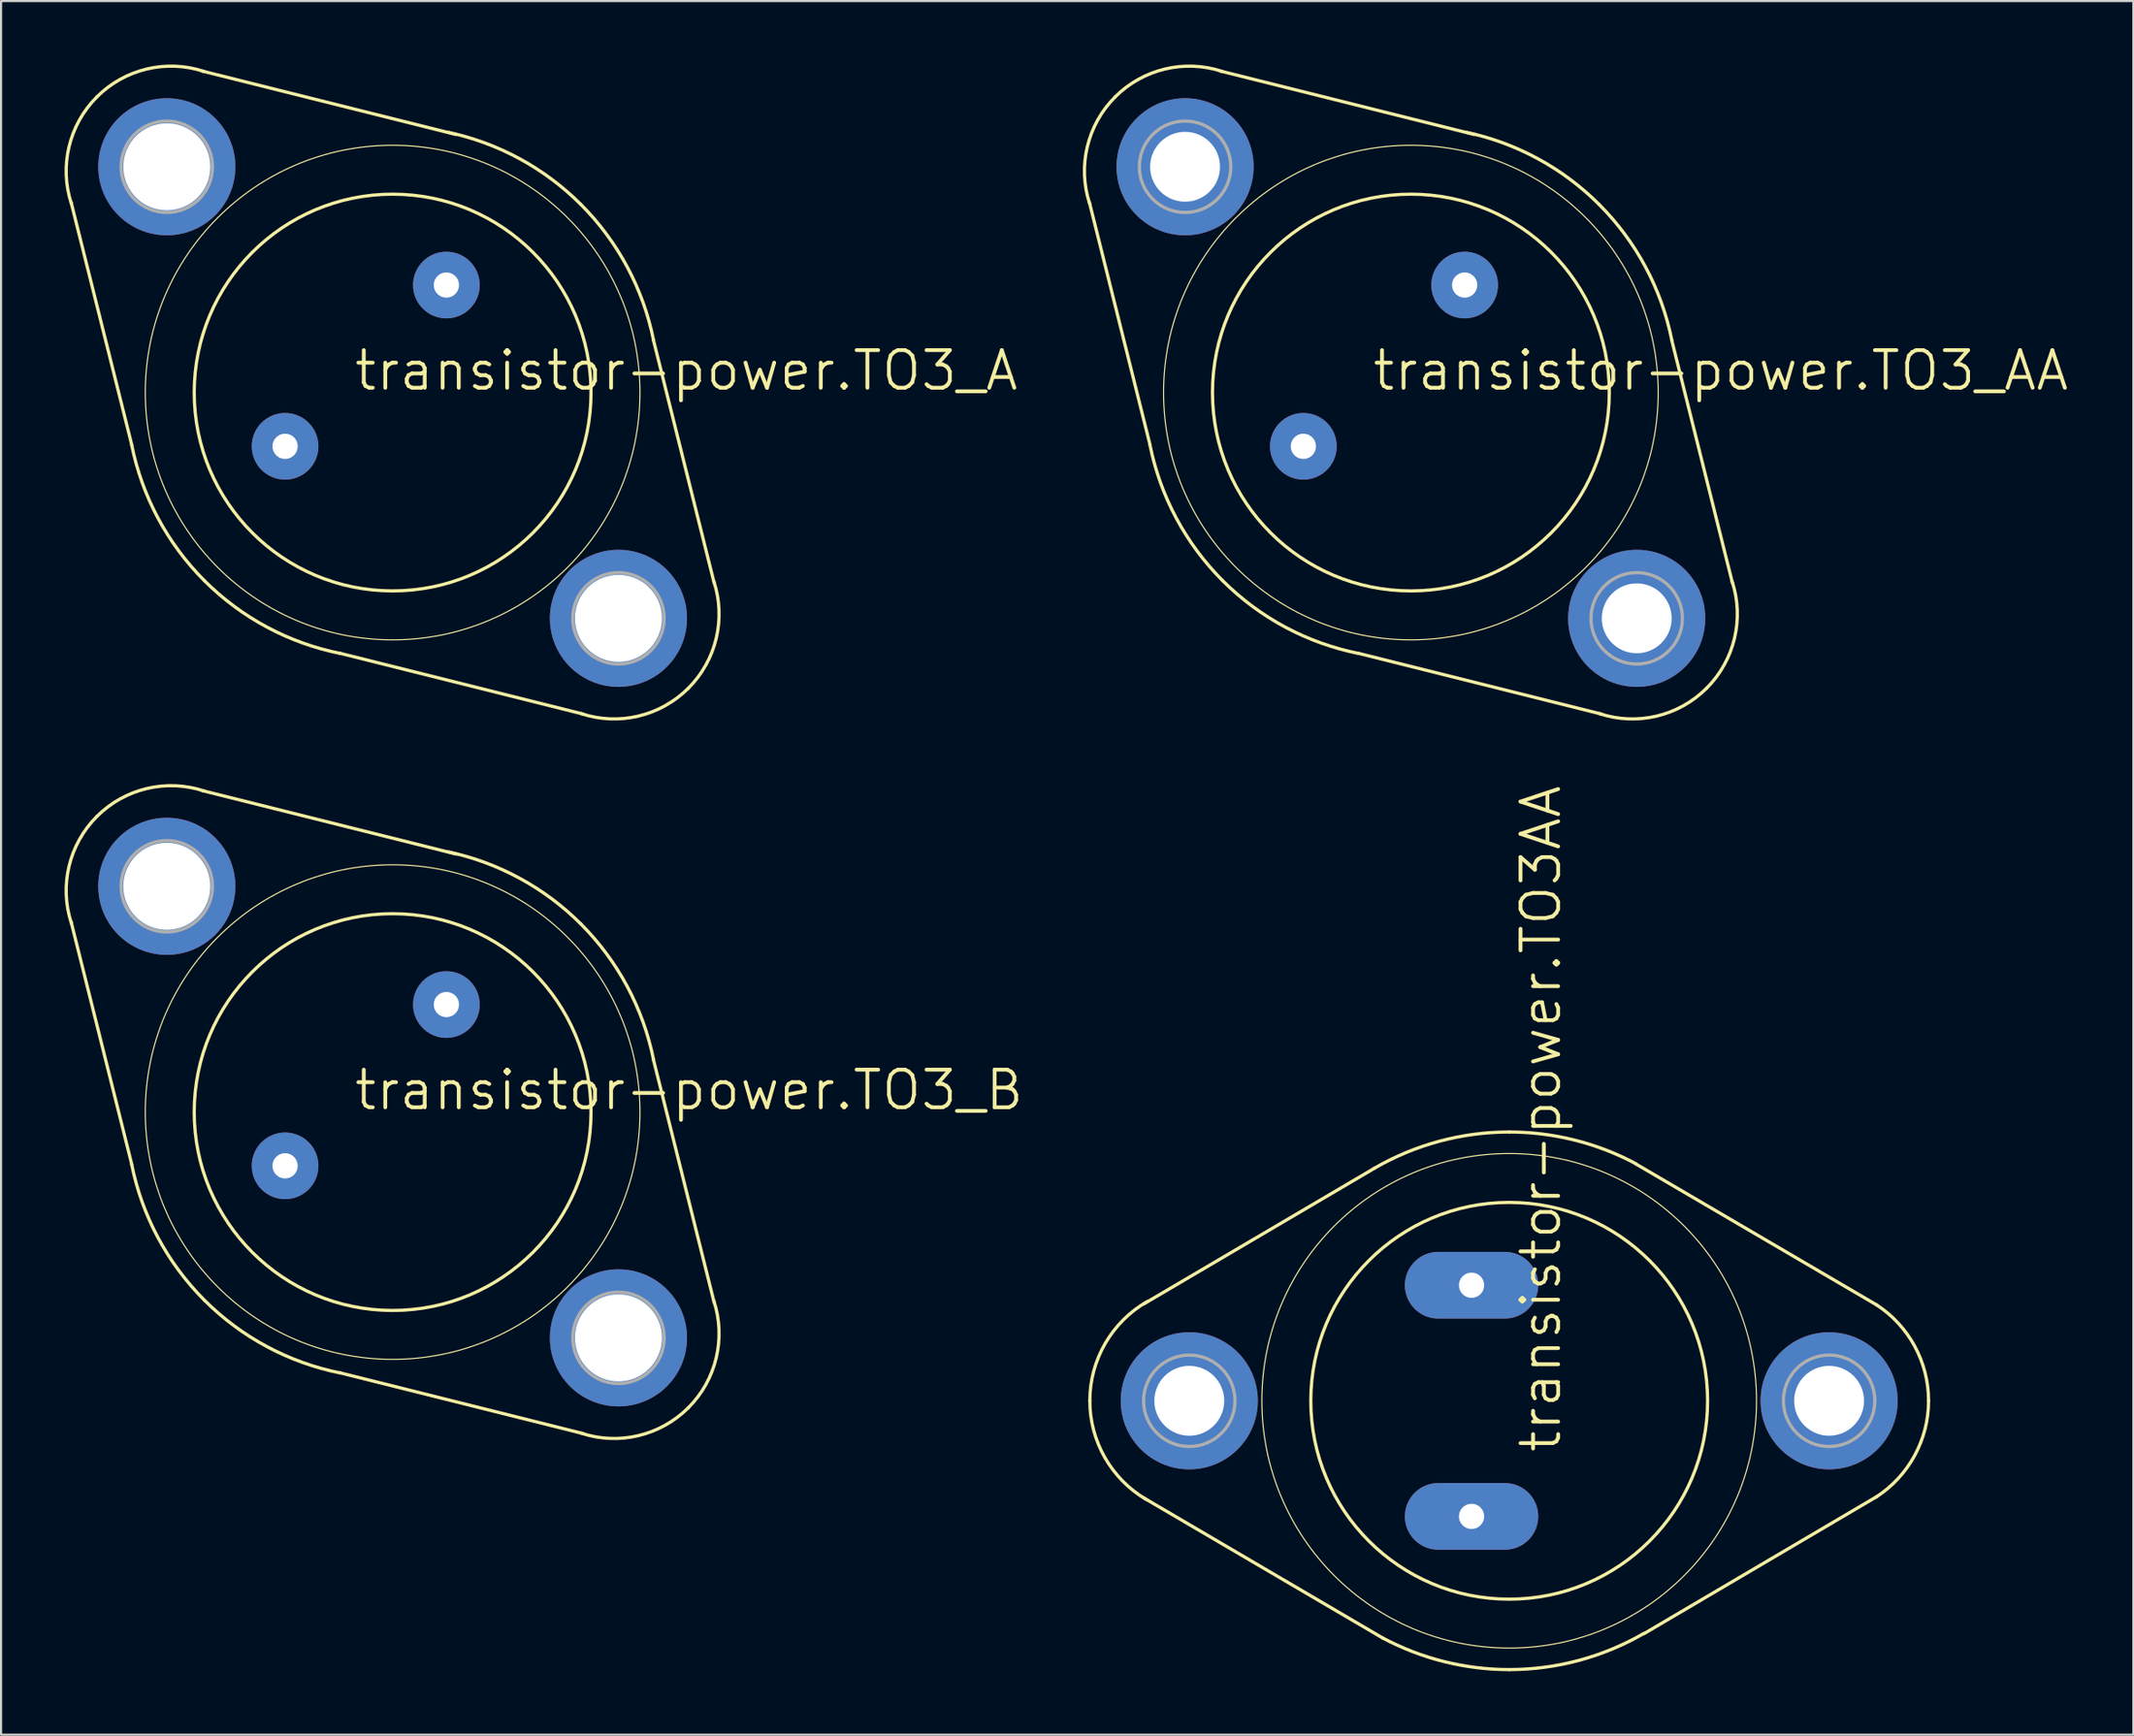
<source format=kicad_pcb>
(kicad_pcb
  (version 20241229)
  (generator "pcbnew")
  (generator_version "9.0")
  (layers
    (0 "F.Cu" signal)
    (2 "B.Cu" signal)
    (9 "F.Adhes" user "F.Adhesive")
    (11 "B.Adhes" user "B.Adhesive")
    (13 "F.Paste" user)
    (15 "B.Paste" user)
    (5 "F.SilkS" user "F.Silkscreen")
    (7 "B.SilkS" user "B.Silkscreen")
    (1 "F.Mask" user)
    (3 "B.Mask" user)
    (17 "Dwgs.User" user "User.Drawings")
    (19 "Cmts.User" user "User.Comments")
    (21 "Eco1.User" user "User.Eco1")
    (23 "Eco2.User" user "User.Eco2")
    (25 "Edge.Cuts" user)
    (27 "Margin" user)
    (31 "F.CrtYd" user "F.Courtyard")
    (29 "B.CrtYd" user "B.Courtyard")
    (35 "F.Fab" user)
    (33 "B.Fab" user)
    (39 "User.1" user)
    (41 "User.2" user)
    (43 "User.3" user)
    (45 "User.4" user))
  (footprint "transistor-power.TO3_AA"
    (layer "F.Cu")
    (at 63.602 15.498)
    (property "Reference" "transistor-power.TO3_AA" (at -1.905 0 0) (layer "F.SilkS") (effects (font (size 1.778 1.778) (thickness 0.18)) (justify left bottom)))
    (attr through_hole)
    (fp_line (start -15.189 -8.992) (end -12.319 2.489) (stroke (width 0.152) (type default)) (layer "F.SilkS"))
    (fp_line (start -8.992 -15.189) (end 2.997 -12.192) (stroke (width 0.152) (type default)) (layer "F.SilkS"))
    (fp_line (start 8.992 15.189) (end -2.489 12.319) (stroke (width 0.152) (type default)) (layer "F.SilkS"))
    (fp_line (start 15.189 8.992) (end 12.319 -2.489) (stroke (width 0.152) (type default)) (layer "F.SilkS"))
    (fp_arc (start -15.1758 -8.9223) (mid -15.286174 -11.616517) (end -13.9699 -13.9699) (stroke (width 0.1524) (type default)) (layer "F.SilkS"))
    (fp_arc (start -13.97 -13.97) (mid -11.61147 -15.287584) (end -8.9123 -15.1728) (stroke (width 0.1524) (type default)) (layer "F.SilkS"))
    (fp_arc (start -8.89 8.89) (mid -11.08473 5.932347) (end -12.3282 2.4656) (stroke (width 0.1524) (type default)) (layer "F.SilkS"))
    (fp_arc (start -2.4656 12.3282) (mid -5.932347 11.08473) (end -8.89 8.89) (stroke (width 0.1524) (type default)) (layer "F.SilkS"))
    (fp_arc (start 2.6343 -12.2933) (mid 6.008158 -11.043844) (end 8.89 -8.89) (stroke (width 0.1524) (type default)) (layer "F.SilkS"))
    (fp_arc (start 8.89 -8.89) (mid 11.08473 -5.932347) (end 12.3282 -2.4656) (stroke (width 0.1524) (type default)) (layer "F.SilkS"))
    (fp_arc (start 13.9697 13.9697) (mid 11.611322 15.287249) (end 8.9123 15.1725) (stroke (width 0.1524) (type default)) (layer "F.SilkS"))
    (fp_arc (start 15.1759 8.9223) (mid 15.286284 11.616566) (end 13.97 13.97) (stroke (width 0.1524) (type default)) (layer "F.SilkS"))
    (fp_circle (center 0 0) (end 9.373 0) (stroke (width 0.152) (type default)) (fill no) (layer "F.SilkS"))
    (fp_circle (center 0 0) (end 11.684 0) (stroke (width 0.051) (type default)) (fill no) (layer "F.SilkS"))
    (fp_circle (center -10.668 -10.668) (end -8.509 -10.668) (stroke (width 0.152) (type default)) (fill no) (layer "F.Fab"))
    (fp_circle (center 10.668 10.668) (end 12.827 10.668) (stroke (width 0.152) (type default)) (fill no) (layer "F.Fab"))
    (pad "B" thru_hole circle (at 2.54 -5.08) (size 3.15 3.15) (drill 1.194) (layers "*.Cu" "*.Mask"))
    (pad "C" thru_hole circle (at 10.668 10.668) (size 6.477 6.477) (drill 3.302) (layers "*.Cu" "*.Mask"))
    (pad "C1" thru_hole circle (at -10.668 -10.668) (size 6.477 6.477) (drill 3.302) (layers "*.Cu" "*.Mask"))
    (pad "E" thru_hole circle (at -5.08 2.54) (size 3.15 3.15) (drill 1.194) (layers "*.Cu" "*.Mask")))
  (footprint "transistor-power.TO3_B"
    (layer "F.Cu")
    (at 15.498 49.495)
    (property "Reference" "transistor-power.TO3_B" (at -1.905 0 0) (layer "F.SilkS") (effects (font (size 1.778 1.778) (thickness 0.18)) (justify left bottom)))
    (attr through_hole)
    (fp_line (start -15.189 -8.992) (end -12.319 2.489) (stroke (width 0.152) (type default)) (layer "F.SilkS"))
    (fp_line (start -8.992 -15.189) (end 2.997 -12.192) (stroke (width 0.152) (type default)) (layer "F.SilkS"))
    (fp_line (start 8.992 15.189) (end -2.489 12.319) (stroke (width 0.152) (type default)) (layer "F.SilkS"))
    (fp_line (start 15.189 8.992) (end 12.319 -2.489) (stroke (width 0.152) (type default)) (layer "F.SilkS"))
    (fp_arc (start -15.1758 -8.9223) (mid -15.286174 -11.616517) (end -13.9699 -13.9699) (stroke (width 0.1524) (type default)) (layer "F.SilkS"))
    (fp_arc (start -13.97 -13.97) (mid -11.61147 -15.287584) (end -8.9123 -15.1728) (stroke (width 0.1524) (type default)) (layer "F.SilkS"))
    (fp_arc (start -8.89 8.89) (mid -11.08473 5.932347) (end -12.3282 2.4656) (stroke (width 0.1524) (type default)) (layer "F.SilkS"))
    (fp_arc (start -2.4656 12.3282) (mid -5.932347 11.08473) (end -8.89 8.89) (stroke (width 0.1524) (type default)) (layer "F.SilkS"))
    (fp_arc (start 2.6343 -12.2933) (mid 6.008158 -11.043844) (end 8.89 -8.89) (stroke (width 0.1524) (type default)) (layer "F.SilkS"))
    (fp_arc (start 8.89 -8.89) (mid 11.08473 -5.932347) (end 12.3282 -2.4656) (stroke (width 0.1524) (type default)) (layer "F.SilkS"))
    (fp_arc (start 13.9697 13.9697) (mid 11.611322 15.287249) (end 8.9123 15.1725) (stroke (width 0.1524) (type default)) (layer "F.SilkS"))
    (fp_arc (start 15.1759 8.9223) (mid 15.286284 11.616566) (end 13.97 13.97) (stroke (width 0.1524) (type default)) (layer "F.SilkS"))
    (fp_circle (center 0 0) (end 9.373 0) (stroke (width 0.152) (type default)) (fill no) (layer "F.SilkS"))
    (fp_circle (center 0 0) (end 11.684 0) (stroke (width 0.051) (type default)) (fill no) (layer "F.SilkS"))
    (fp_circle (center -10.668 -10.668) (end -8.509 -10.668) (stroke (width 0.152) (type default)) (fill no) (layer "F.Fab"))
    (fp_circle (center 10.668 10.668) (end 12.827 10.668) (stroke (width 0.152) (type default)) (fill no) (layer "F.Fab"))
    (pad "D" thru_hole circle (at 10.668 10.668) (size 6.477 6.477) (drill 4.115) (layers "*.Cu" "*.Mask"))
    (pad "D1" thru_hole circle (at -10.668 -10.668) (size 6.477 6.477) (drill 4.115) (layers "*.Cu" "*.Mask"))
    (pad "G" thru_hole circle (at 2.54 -5.08) (size 3.15 3.15) (drill 1.194) (layers "*.Cu" "*.Mask"))
    (pad "S" thru_hole circle (at -5.08 2.54) (size 3.15 3.15) (drill 1.194) (layers "*.Cu" "*.Mask")))
  (footprint "transistor-power.TO3_A"
    (layer "F.Cu")
    (at 15.498 15.498)
    (property "Reference" "transistor-power.TO3_A" (at -1.905 0 0) (layer "F.SilkS") (effects (font (size 1.778 1.778) (thickness 0.18)) (justify left bottom)))
    (attr through_hole)
    (fp_line (start -15.189 -8.992) (end -12.319 2.489) (stroke (width 0.152) (type default)) (layer "F.SilkS"))
    (fp_line (start -8.992 -15.189) (end 2.997 -12.192) (stroke (width 0.152) (type default)) (layer "F.SilkS"))
    (fp_line (start 8.992 15.189) (end -2.489 12.319) (stroke (width 0.152) (type default)) (layer "F.SilkS"))
    (fp_line (start 15.189 8.992) (end 12.319 -2.489) (stroke (width 0.152) (type default)) (layer "F.SilkS"))
    (fp_arc (start -15.1758 -8.9223) (mid -15.286174 -11.616517) (end -13.9699 -13.9699) (stroke (width 0.1524) (type default)) (layer "F.SilkS"))
    (fp_arc (start -13.97 -13.97) (mid -11.61147 -15.287584) (end -8.9123 -15.1728) (stroke (width 0.1524) (type default)) (layer "F.SilkS"))
    (fp_arc (start -8.89 8.89) (mid -11.08473 5.932347) (end -12.3282 2.4656) (stroke (width 0.1524) (type default)) (layer "F.SilkS"))
    (fp_arc (start -2.4656 12.3282) (mid -5.932347 11.08473) (end -8.89 8.89) (stroke (width 0.1524) (type default)) (layer "F.SilkS"))
    (fp_arc (start 2.6343 -12.2933) (mid 6.008158 -11.043844) (end 8.89 -8.89) (stroke (width 0.1524) (type default)) (layer "F.SilkS"))
    (fp_arc (start 8.89 -8.89) (mid 11.08473 -5.932347) (end 12.3282 -2.4656) (stroke (width 0.1524) (type default)) (layer "F.SilkS"))
    (fp_arc (start 13.9697 13.9697) (mid 11.611322 15.287249) (end 8.9123 15.1725) (stroke (width 0.1524) (type default)) (layer "F.SilkS"))
    (fp_arc (start 15.1759 8.9223) (mid 15.286284 11.616566) (end 13.97 13.97) (stroke (width 0.1524) (type default)) (layer "F.SilkS"))
    (fp_circle (center 0 0) (end 9.373 0) (stroke (width 0.152) (type default)) (fill no) (layer "F.SilkS"))
    (fp_circle (center 0 0) (end 11.684 0) (stroke (width 0.051) (type default)) (fill no) (layer "F.SilkS"))
    (fp_circle (center -10.668 -10.668) (end -8.509 -10.668) (stroke (width 0.152) (type default)) (fill no) (layer "F.Fab"))
    (fp_circle (center 10.668 10.668) (end 12.827 10.668) (stroke (width 0.152) (type default)) (fill no) (layer "F.Fab"))
    (pad "B" thru_hole circle (at 2.54 -5.08) (size 3.15 3.15) (drill 1.194) (layers "*.Cu" "*.Mask"))
    (pad "C" thru_hole circle (at 10.668 10.668) (size 6.477 6.477) (drill 4.115) (layers "*.Cu" "*.Mask"))
    (pad "C1" thru_hole circle (at -10.668 -10.668) (size 6.477 6.477) (drill 4.115) (layers "*.Cu" "*.Mask"))
    (pad "E" thru_hole circle (at -5.08 2.54) (size 3.15 3.15) (drill 1.194) (layers "*.Cu" "*.Mask")))
  (footprint "transistor-power.TO3AA"
    (layer "F.Cu")
    (at 68.246 63.137)
    (property "Reference" "transistor-power.TO3AA" (at 2.54 2.54 90) (layer "F.SilkS") (effects (font (size 1.778 1.778) (thickness 0.18)) (justify left bottom)))
    (attr through_hole)
    (fp_line (start -6.35 -10.998) (end -17.272 -4.572) (stroke (width 0.152) (type default)) (layer "F.SilkS"))
    (fp_line (start -5.944 11.227) (end -17.247 4.597) (stroke (width 0.152) (type default)) (layer "F.SilkS"))
    (fp_line (start 5.969 -11.201) (end 17.374 -4.521) (stroke (width 0.152) (type default)) (layer "F.SilkS"))
    (fp_line (start 6.375 10.998) (end 17.374 4.521) (stroke (width 0.152) (type default)) (layer "F.SilkS"))
    (fp_arc (start -19.812 0) (mid -19.08306 -2.712168) (end -17.0927 -4.6935) (stroke (width 0.1524) (type default)) (layer "F.SilkS"))
    (fp_arc (start -17.1555 4.657) (mid -19.101186 2.680705) (end -19.812 0) (stroke (width 0.1524) (type default)) (layer "F.SilkS"))
    (fp_arc (start -6.3718 -10.9859) (mid -3.299165 -12.263988) (end 0 -12.7) (stroke (width 0.1524) (type default)) (layer "F.SilkS"))
    (fp_arc (start 0 -12.7) (mid 3.080216 -12.320822) (end 5.9765 -11.2059) (stroke (width 0.1524) (type default)) (layer "F.SilkS"))
    (fp_arc (start 0 12.7) (mid -3.080216 12.320822) (end -5.9765 11.2059) (stroke (width 0.1524) (type default)) (layer "F.SilkS"))
    (fp_arc (start 6.3718 10.9859) (mid 3.299165 12.263988) (end 0 12.7) (stroke (width 0.1524) (type default)) (layer "F.SilkS"))
    (fp_arc (start 17.3366 -4.545) (mid 19.153011 -2.587691) (end 19.812 0) (stroke (width 0.1524) (type default)) (layer "F.SilkS"))
    (fp_arc (start 19.812 0) (mid 19.153011 2.587691) (end 17.3366 4.545) (stroke (width 0.1524) (type default)) (layer "F.SilkS"))
    (fp_circle (center 0 0) (end 9.373 0) (stroke (width 0.152) (type default)) (fill no) (layer "F.SilkS"))
    (fp_circle (center 0 0) (end 11.684 0) (stroke (width 0.051) (type default)) (fill no) (layer "F.SilkS"))
    (fp_circle (center -15.113 0) (end -12.954 0) (stroke (width 0.152) (type default)) (fill no) (layer "F.Fab"))
    (fp_circle (center 15.113 0) (end 17.272 0) (stroke (width 0.152) (type default)) (fill no) (layer "F.Fab"))
    (pad "B" thru_hole oval (at -1.778 -5.461) (size 6.299 3.15) (drill 1.194) (layers "*.Cu" "*.Mask"))
    (pad "C" thru_hole circle (at 15.113 0) (size 6.477 6.477) (drill 3.302) (layers "*.Cu" "*.Mask"))
    (pad "C1" thru_hole circle (at -15.113 0) (size 6.477 6.477) (drill 3.302) (layers "*.Cu" "*.Mask"))
    (pad "E" thru_hole oval (at -1.778 5.461) (size 6.299 3.15) (drill 1.194) (layers "*.Cu" "*.Mask")))
  (gr_rect
    (start -3 -3)
    (end 97.732 78.913)
    (stroke (width 0.1) (type default))
    (fill no)
    (layer "Edge.Cuts")))
</source>
